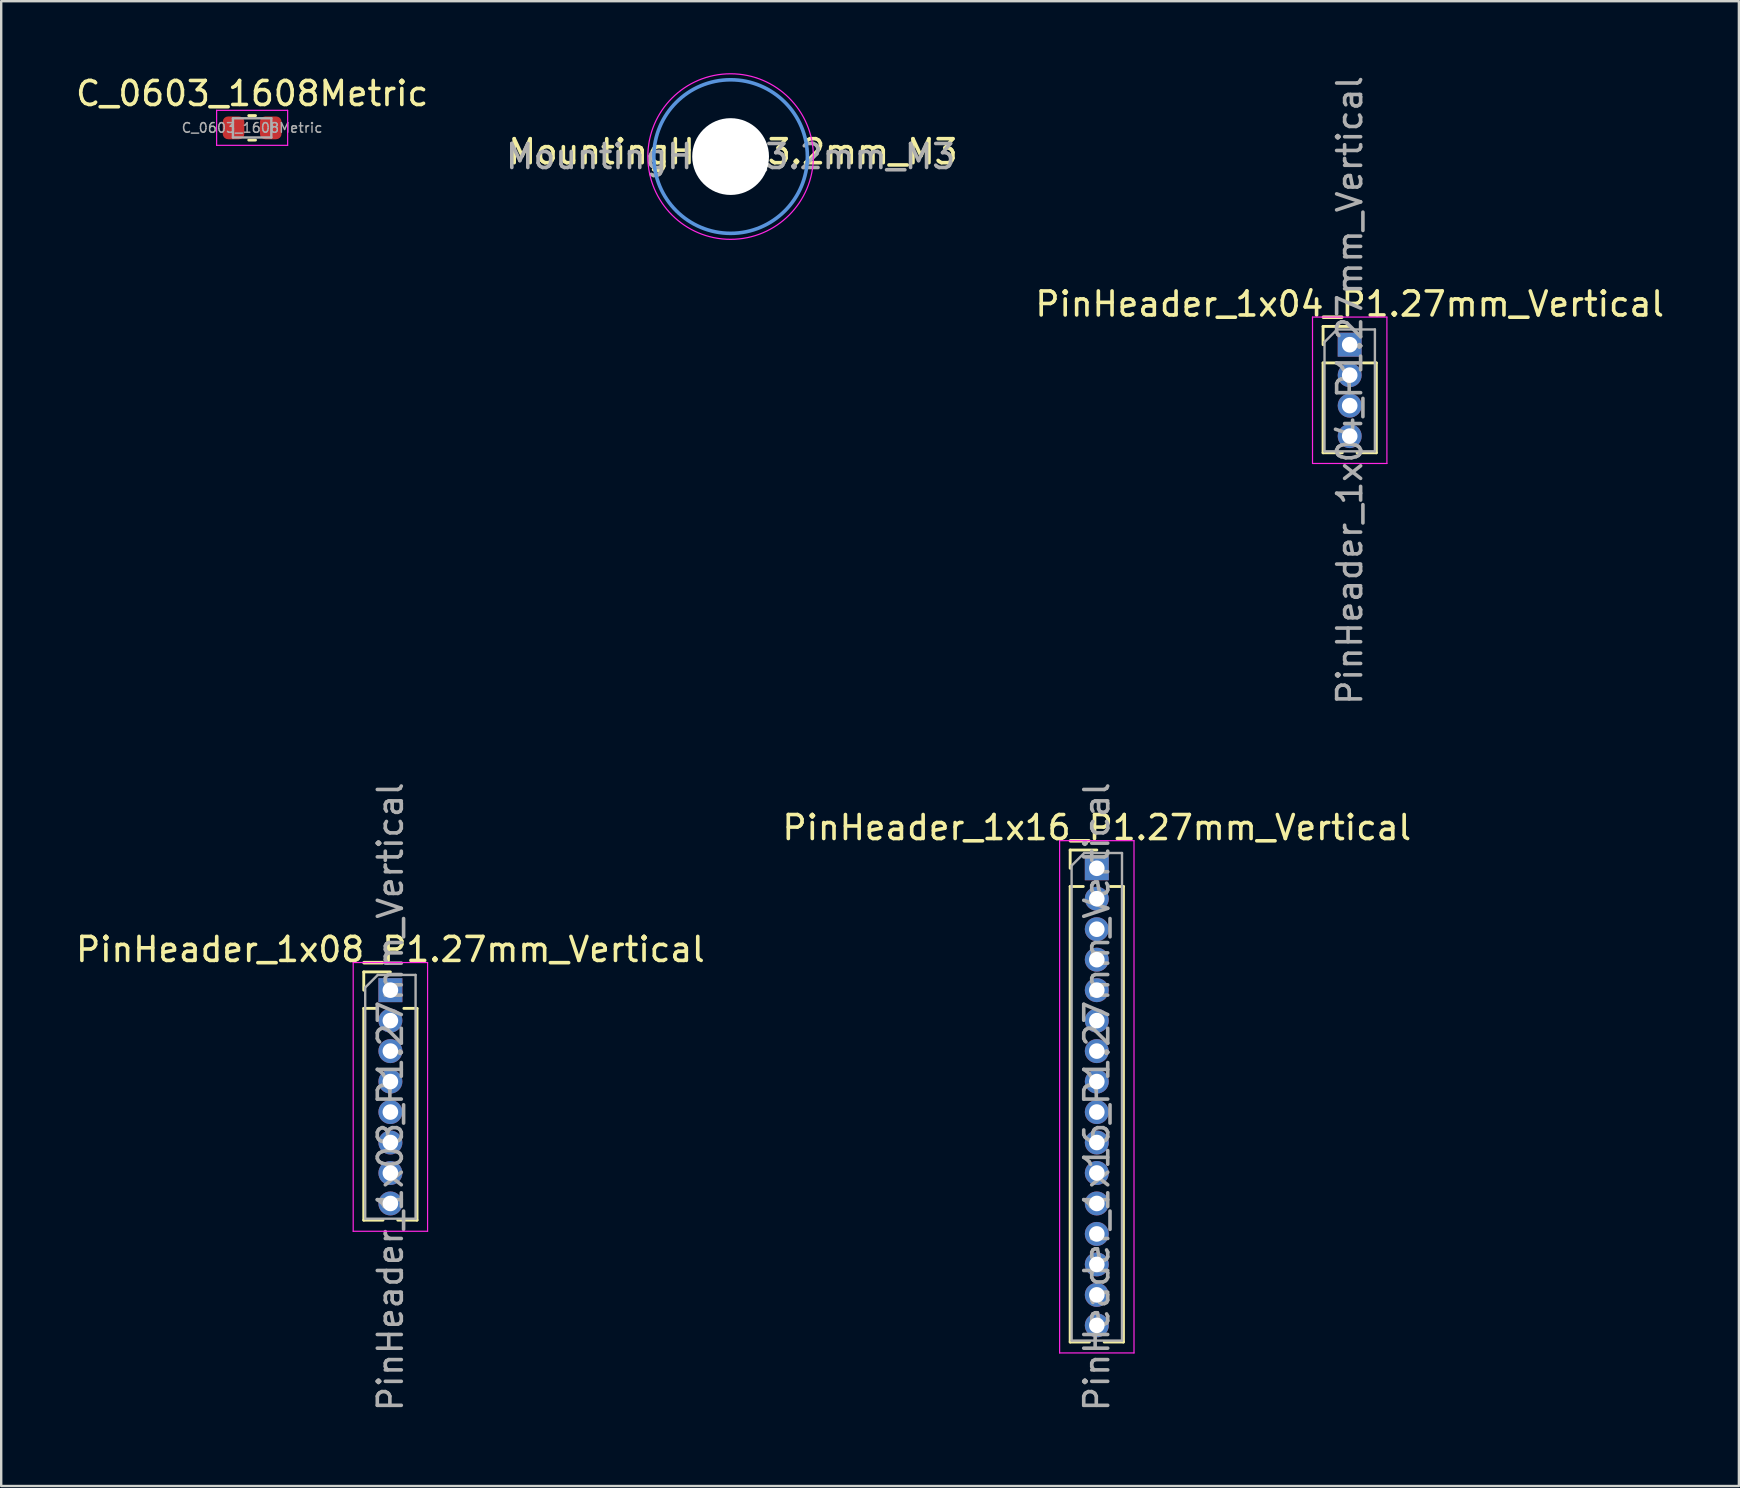
<source format=kicad_pcb>
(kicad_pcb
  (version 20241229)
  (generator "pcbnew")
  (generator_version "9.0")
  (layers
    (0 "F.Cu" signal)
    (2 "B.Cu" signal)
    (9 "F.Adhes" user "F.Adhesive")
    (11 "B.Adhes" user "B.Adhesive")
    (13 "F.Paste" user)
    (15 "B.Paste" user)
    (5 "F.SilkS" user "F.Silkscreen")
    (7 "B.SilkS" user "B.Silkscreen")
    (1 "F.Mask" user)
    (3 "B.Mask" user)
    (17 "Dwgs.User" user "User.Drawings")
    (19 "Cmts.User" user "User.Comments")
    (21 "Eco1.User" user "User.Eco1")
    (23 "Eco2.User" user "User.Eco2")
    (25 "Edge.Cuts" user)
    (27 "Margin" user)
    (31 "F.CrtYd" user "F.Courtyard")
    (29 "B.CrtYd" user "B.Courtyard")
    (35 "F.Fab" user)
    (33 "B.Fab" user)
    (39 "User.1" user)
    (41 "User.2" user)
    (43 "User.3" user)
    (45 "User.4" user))
  (footprint "C_0603_1608Metric"
    (layer "F.Cu")
    (at 7.458 2.278)
    (property "Reference" "C_0603_1608Metric" (at 0 -1.43 180) (layer "F.SilkS") (effects (font (size 1 1) (thickness 0.15))))
    (attr smd)
    (fp_line (start -0.141 -0.51) (end 0.141 -0.51) (stroke (width 0.12) (type solid)) (layer "F.SilkS"))
    (fp_line (start -0.141 0.51) (end 0.141 0.51) (stroke (width 0.12) (type solid)) (layer "F.SilkS"))
    (fp_line (start -1.48 -0.73) (end 1.48 -0.73) (stroke (width 0.05) (type solid)) (layer "F.CrtYd"))
    (fp_line (start -1.48 0.73) (end -1.48 -0.73) (stroke (width 0.05) (type solid)) (layer "F.CrtYd"))
    (fp_line (start 1.48 -0.73) (end 1.48 0.73) (stroke (width 0.05) (type solid)) (layer "F.CrtYd"))
    (fp_line (start 1.48 0.73) (end -1.48 0.73) (stroke (width 0.05) (type solid)) (layer "F.CrtYd"))
    (fp_line (start -0.8 -0.4) (end 0.8 -0.4) (stroke (width 0.1) (type solid)) (layer "F.Fab"))
    (fp_line (start -0.8 0.4) (end -0.8 -0.4) (stroke (width 0.1) (type solid)) (layer "F.Fab"))
    (fp_line (start 0.8 -0.4) (end 0.8 0.4) (stroke (width 0.1) (type solid)) (layer "F.Fab"))
    (fp_line (start 0.8 0.4) (end -0.8 0.4) (stroke (width 0.1) (type solid)) (layer "F.Fab"))
    (fp_text user "${REFERENCE}" (at 0 0 180) (layer "F.Fab") (effects (font (size 0.4 0.4) (thickness 0.06))))
    (pad "1" smd roundrect (at -0.775 0) (size 0.9 0.95) (layers "F.Cu" "F.Mask" "F.Paste") (roundrect_rratio 0.25))
    (pad "2" smd roundrect (at 0.775 0) (size 0.9 0.95) (layers "F.Cu" "F.Mask" "F.Paste") (roundrect_rratio 0.25)))
  (footprint "MountingHole_3.2mm_M3"
    (layer "F.Cu")
    (at 27.399 3.475)
    (property "Reference" "MountingHole_3.2mm_M3" (at 0.1 -0.2 0) (layer "F.SilkS") (effects (font (size 1 1) (thickness 0.15))))
    (attr exclude_from_pos_files)
    (fp_circle (center 0 0) (end 3.2 0) (stroke (width 0.15) (type solid)) (fill no) (layer "Cmts.User"))
    (fp_circle (center 0 0) (end 3.45 0) (stroke (width 0.05) (type solid)) (fill no) (layer "F.CrtYd"))
    (fp_text user "${REFERENCE}" (at 0 0 0) (layer "F.Fab") (effects (font (size 1 1) (thickness 0.15))))
    (pad "" np_thru_hole circle (at 0 0) (size 3.2 3.2) (drill 3.2) (layers "*.Cu" "*.Mask")))
  (footprint "PinHeader_1x04_P1.27mm_Vertical"
    (layer "F.Cu")
    (at 53.201 11.315)
    (property "Reference" "PinHeader_1x04_P1.27mm_Vertical" (at 0 -1.695 180) (layer "F.SilkS") (effects (font (size 1 1) (thickness 0.15))))
    (attr through_hole)
    (fp_line (start -1.11 -0.76) (end 0 -0.76) (stroke (width 0.12) (type solid)) (layer "F.SilkS"))
    (fp_line (start -1.11 0) (end -1.11 -0.76) (stroke (width 0.12) (type solid)) (layer "F.SilkS"))
    (fp_line (start -1.11 0.76) (end -1.11 4.505) (stroke (width 0.12) (type solid)) (layer "F.SilkS"))
    (fp_line (start -1.11 0.76) (end -0.563 0.76) (stroke (width 0.12) (type solid)) (layer "F.SilkS"))
    (fp_line (start -1.11 4.505) (end -0.308 4.505) (stroke (width 0.12) (type solid)) (layer "F.SilkS"))
    (fp_line (start 0.308 4.505) (end 1.11 4.505) (stroke (width 0.12) (type solid)) (layer "F.SilkS"))
    (fp_line (start 0.563 0.76) (end 1.11 0.76) (stroke (width 0.12) (type solid)) (layer "F.SilkS"))
    (fp_line (start 1.11 0.76) (end 1.11 4.505) (stroke (width 0.12) (type solid)) (layer "F.SilkS"))
    (fp_line (start -1.55 -1.15) (end -1.55 4.95) (stroke (width 0.05) (type solid)) (layer "F.CrtYd"))
    (fp_line (start -1.55 4.95) (end 1.55 4.95) (stroke (width 0.05) (type solid)) (layer "F.CrtYd"))
    (fp_line (start 1.55 -1.15) (end -1.55 -1.15) (stroke (width 0.05) (type solid)) (layer "F.CrtYd"))
    (fp_line (start 1.55 4.95) (end 1.55 -1.15) (stroke (width 0.05) (type solid)) (layer "F.CrtYd"))
    (fp_line (start -1.05 -0.11) (end -0.525 -0.635) (stroke (width 0.1) (type solid)) (layer "F.Fab"))
    (fp_line (start -1.05 4.445) (end -1.05 -0.11) (stroke (width 0.1) (type solid)) (layer "F.Fab"))
    (fp_line (start -0.525 -0.635) (end 1.05 -0.635) (stroke (width 0.1) (type solid)) (layer "F.Fab"))
    (fp_line (start 1.05 -0.635) (end 1.05 4.445) (stroke (width 0.1) (type solid)) (layer "F.Fab"))
    (fp_line (start 1.05 4.445) (end -1.05 4.445) (stroke (width 0.1) (type solid)) (layer "F.Fab"))
    (fp_text user "${REFERENCE}" (at 0 1.905 270) (layer "F.Fab") (effects (font (size 1 1) (thickness 0.15))))
    (pad "1" thru_hole rect (at 0 0) (size 1 1) (drill 0.65) (layers "*.Cu" "*.Mask"))
    (pad "2" thru_hole oval (at 0 1.27) (size 1 1) (drill 0.65) (layers "*.Cu" "*.Mask"))
    (pad "3" thru_hole oval (at 0 2.54) (size 1 1) (drill 0.65) (layers "*.Cu" "*.Mask"))
    (pad "4" thru_hole oval (at 0 3.81) (size 1 1) (drill 0.65) (layers "*.Cu" "*.Mask")))
  (footprint "PinHeader_1x16_P1.27mm_Vertical"
    (layer "F.Cu")
    (at 42.661 33.136)
    (property "Reference" "PinHeader_1x16_P1.27mm_Vertical" (at 0 -1.695 180) (layer "F.SilkS") (effects (font (size 1 1) (thickness 0.15))))
    (attr through_hole)
    (fp_line (start -1.11 -0.76) (end 0 -0.76) (stroke (width 0.12) (type solid)) (layer "F.SilkS"))
    (fp_line (start -1.11 0) (end -1.11 -0.76) (stroke (width 0.12) (type solid)) (layer "F.SilkS"))
    (fp_line (start -1.11 0.76) (end -1.11 19.745) (stroke (width 0.12) (type solid)) (layer "F.SilkS"))
    (fp_line (start -1.11 0.76) (end -0.563 0.76) (stroke (width 0.12) (type solid)) (layer "F.SilkS"))
    (fp_line (start -1.11 19.745) (end -0.308 19.745) (stroke (width 0.12) (type solid)) (layer "F.SilkS"))
    (fp_line (start 0.308 19.745) (end 1.11 19.745) (stroke (width 0.12) (type solid)) (layer "F.SilkS"))
    (fp_line (start 0.563 0.76) (end 1.11 0.76) (stroke (width 0.12) (type solid)) (layer "F.SilkS"))
    (fp_line (start 1.11 0.76) (end 1.11 19.745) (stroke (width 0.12) (type solid)) (layer "F.SilkS"))
    (fp_line (start -1.55 -1.15) (end -1.55 20.2) (stroke (width 0.05) (type solid)) (layer "F.CrtYd"))
    (fp_line (start -1.55 20.2) (end 1.55 20.2) (stroke (width 0.05) (type solid)) (layer "F.CrtYd"))
    (fp_line (start 1.55 -1.15) (end -1.55 -1.15) (stroke (width 0.05) (type solid)) (layer "F.CrtYd"))
    (fp_line (start 1.55 20.2) (end 1.55 -1.15) (stroke (width 0.05) (type solid)) (layer "F.CrtYd"))
    (fp_line (start -1.05 -0.11) (end -0.525 -0.635) (stroke (width 0.1) (type solid)) (layer "F.Fab"))
    (fp_line (start -1.05 19.685) (end -1.05 -0.11) (stroke (width 0.1) (type solid)) (layer "F.Fab"))
    (fp_line (start -0.525 -0.635) (end 1.05 -0.635) (stroke (width 0.1) (type solid)) (layer "F.Fab"))
    (fp_line (start 1.05 -0.635) (end 1.05 19.685) (stroke (width 0.1) (type solid)) (layer "F.Fab"))
    (fp_line (start 1.05 19.685) (end -1.05 19.685) (stroke (width 0.1) (type solid)) (layer "F.Fab"))
    (fp_text user "${REFERENCE}" (at 0 9.525 270) (layer "F.Fab") (effects (font (size 1 1) (thickness 0.15))))
    (pad "1" thru_hole rect (at 0 0) (size 1 1) (drill 0.65) (layers "*.Cu" "*.Mask"))
    (pad "2" thru_hole oval (at 0 1.27) (size 1 1) (drill 0.65) (layers "*.Cu" "*.Mask"))
    (pad "3" thru_hole oval (at 0 2.54) (size 1 1) (drill 0.65) (layers "*.Cu" "*.Mask"))
    (pad "4" thru_hole oval (at 0 3.81) (size 1 1) (drill 0.65) (layers "*.Cu" "*.Mask"))
    (pad "5" thru_hole oval (at 0 5.08) (size 1 1) (drill 0.65) (layers "*.Cu" "*.Mask"))
    (pad "6" thru_hole oval (at 0 6.35) (size 1 1) (drill 0.65) (layers "*.Cu" "*.Mask"))
    (pad "7" thru_hole oval (at 0 7.62) (size 1 1) (drill 0.65) (layers "*.Cu" "*.Mask"))
    (pad "8" thru_hole oval (at 0 8.89) (size 1 1) (drill 0.65) (layers "*.Cu" "*.Mask"))
    (pad "9" thru_hole oval (at 0 10.16) (size 1 1) (drill 0.65) (layers "*.Cu" "*.Mask"))
    (pad "10" thru_hole oval (at 0 11.43) (size 1 1) (drill 0.65) (layers "*.Cu" "*.Mask"))
    (pad "11" thru_hole oval (at 0 12.7) (size 1 1) (drill 0.65) (layers "*.Cu" "*.Mask"))
    (pad "12" thru_hole oval (at 0 13.97) (size 1 1) (drill 0.65) (layers "*.Cu" "*.Mask"))
    (pad "13" thru_hole oval (at 0 15.24) (size 1 1) (drill 0.65) (layers "*.Cu" "*.Mask"))
    (pad "14" thru_hole oval (at 0 16.51) (size 1 1) (drill 0.65) (layers "*.Cu" "*.Mask"))
    (pad "15" thru_hole oval (at 0 17.78) (size 1 1) (drill 0.65) (layers "*.Cu" "*.Mask"))
    (pad "16" thru_hole oval (at 0 19.05) (size 1 1) (drill 0.65) (layers "*.Cu" "*.Mask")))
  (footprint "PinHeader_1x08_P1.27mm_Vertical"
    (layer "F.Cu")
    (at 13.22 38.216)
    (property "Reference" "PinHeader_1x08_P1.27mm_Vertical" (at 0 -1.695 180) (layer "F.SilkS") (effects (font (size 1 1) (thickness 0.15))))
    (attr through_hole)
    (fp_line (start -1.11 -0.76) (end 0 -0.76) (stroke (width 0.12) (type solid)) (layer "F.SilkS"))
    (fp_line (start -1.11 0) (end -1.11 -0.76) (stroke (width 0.12) (type solid)) (layer "F.SilkS"))
    (fp_line (start -1.11 0.76) (end -1.11 9.585) (stroke (width 0.12) (type solid)) (layer "F.SilkS"))
    (fp_line (start -1.11 0.76) (end -0.563 0.76) (stroke (width 0.12) (type solid)) (layer "F.SilkS"))
    (fp_line (start -1.11 9.585) (end -0.308 9.585) (stroke (width 0.12) (type solid)) (layer "F.SilkS"))
    (fp_line (start 0.308 9.585) (end 1.11 9.585) (stroke (width 0.12) (type solid)) (layer "F.SilkS"))
    (fp_line (start 0.563 0.76) (end 1.11 0.76) (stroke (width 0.12) (type solid)) (layer "F.SilkS"))
    (fp_line (start 1.11 0.76) (end 1.11 9.585) (stroke (width 0.12) (type solid)) (layer "F.SilkS"))
    (fp_line (start -1.55 -1.15) (end -1.55 10.05) (stroke (width 0.05) (type solid)) (layer "F.CrtYd"))
    (fp_line (start -1.55 10.05) (end 1.55 10.05) (stroke (width 0.05) (type solid)) (layer "F.CrtYd"))
    (fp_line (start 1.55 -1.15) (end -1.55 -1.15) (stroke (width 0.05) (type solid)) (layer "F.CrtYd"))
    (fp_line (start 1.55 10.05) (end 1.55 -1.15) (stroke (width 0.05) (type solid)) (layer "F.CrtYd"))
    (fp_line (start -1.05 -0.11) (end -0.525 -0.635) (stroke (width 0.1) (type solid)) (layer "F.Fab"))
    (fp_line (start -1.05 9.525) (end -1.05 -0.11) (stroke (width 0.1) (type solid)) (layer "F.Fab"))
    (fp_line (start -0.525 -0.635) (end 1.05 -0.635) (stroke (width 0.1) (type solid)) (layer "F.Fab"))
    (fp_line (start 1.05 -0.635) (end 1.05 9.525) (stroke (width 0.1) (type solid)) (layer "F.Fab"))
    (fp_line (start 1.05 9.525) (end -1.05 9.525) (stroke (width 0.1) (type solid)) (layer "F.Fab"))
    (fp_text user "${REFERENCE}" (at 0 4.445 270) (layer "F.Fab") (effects (font (size 1 1) (thickness 0.15))))
    (pad "1" thru_hole rect (at 0 0) (size 1 1) (drill 0.65) (layers "*.Cu" "*.Mask"))
    (pad "2" thru_hole oval (at 0 1.27) (size 1 1) (drill 0.65) (layers "*.Cu" "*.Mask"))
    (pad "3" thru_hole oval (at 0 2.54) (size 1 1) (drill 0.65) (layers "*.Cu" "*.Mask"))
    (pad "4" thru_hole oval (at 0 3.81) (size 1 1) (drill 0.65) (layers "*.Cu" "*.Mask"))
    (pad "5" thru_hole oval (at 0 5.08) (size 1 1) (drill 0.65) (layers "*.Cu" "*.Mask"))
    (pad "6" thru_hole oval (at 0 6.35) (size 1 1) (drill 0.65) (layers "*.Cu" "*.Mask"))
    (pad "7" thru_hole oval (at 0 7.62) (size 1 1) (drill 0.65) (layers "*.Cu" "*.Mask"))
    (pad "8" thru_hole oval (at 0 8.89) (size 1 1) (drill 0.65) (layers "*.Cu" "*.Mask")))
  (gr_rect
    (start -3 -3)
    (end 69.421 58.881)
    (stroke (width 0.1) (type default))
    (fill no)
    (layer "Edge.Cuts")))
</source>
